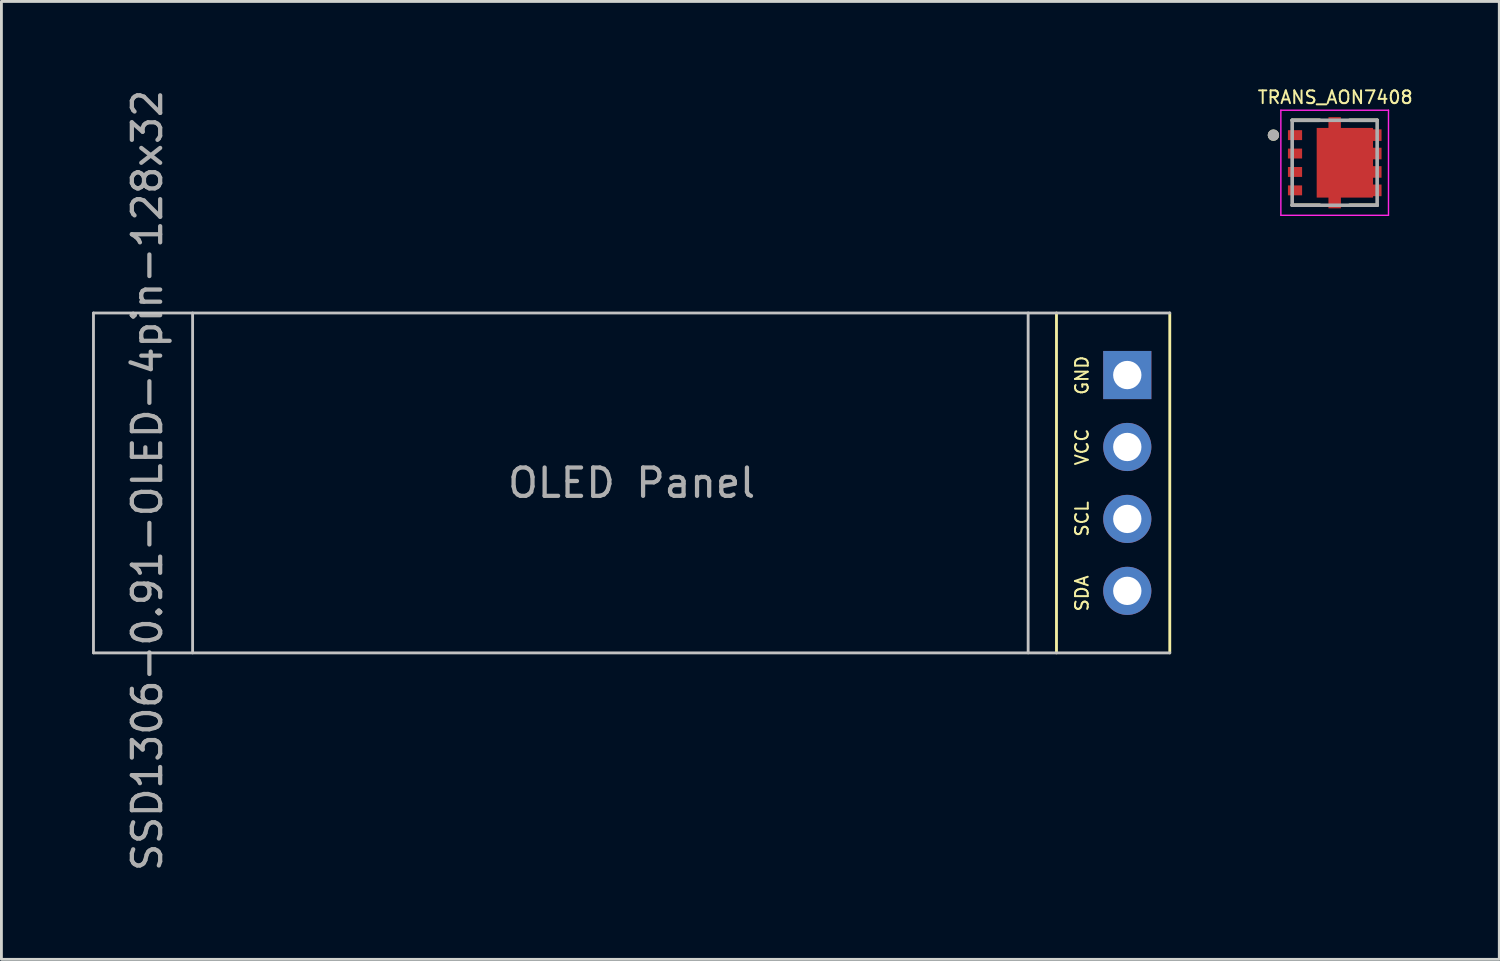
<source format=kicad_pcb>
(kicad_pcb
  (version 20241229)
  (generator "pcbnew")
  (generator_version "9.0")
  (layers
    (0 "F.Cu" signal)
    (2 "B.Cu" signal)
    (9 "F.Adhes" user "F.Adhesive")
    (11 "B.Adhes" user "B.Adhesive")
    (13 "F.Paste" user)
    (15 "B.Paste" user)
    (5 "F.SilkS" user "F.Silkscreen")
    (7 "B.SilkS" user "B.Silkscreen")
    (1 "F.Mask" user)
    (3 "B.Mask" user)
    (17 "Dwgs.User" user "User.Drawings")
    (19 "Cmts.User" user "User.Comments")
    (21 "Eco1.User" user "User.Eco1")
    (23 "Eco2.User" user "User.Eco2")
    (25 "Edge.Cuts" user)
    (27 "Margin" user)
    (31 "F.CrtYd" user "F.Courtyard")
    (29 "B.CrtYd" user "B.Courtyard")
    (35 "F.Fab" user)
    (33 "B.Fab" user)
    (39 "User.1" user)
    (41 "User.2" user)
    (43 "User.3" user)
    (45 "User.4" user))
  (footprint "TRANS_AON7408"
    (layer "F.Cu")
    (at 44.072 2.696)
    (property "Reference" "TRANS_AON7408" (at 0.02 -2.31 0) (layer "F.SilkS") (effects (font (size 0.45 0.45) (thickness 0.07))))
    (attr smd)
    (fp_poly (pts (xy -0.725 -1.325) (xy -0.325 -1.325) (xy -0.325 -1.7) (xy 0.3 -1.7) (xy 0.3 -1.325) (xy 1.45 -1.325) (xy 1.45 -1.275) (xy 1.75 -1.275) (xy 1.75 -0.675) (xy 1.45 -0.675) (xy 1.45 -0.625) (xy 1.75 -0.625) (xy 1.75 -0.025) (xy 1.45 -0.025) (xy 1.45 0.025) (xy 1.75 0.025) (xy 1.75 0.625) (xy 1.45 0.625) (xy 1.45 0.675) (xy 1.75 0.675) (xy 1.75 1.25) (xy 1.45 1.25) (xy 1.45 1.325) (xy 0.325 1.325) (xy 0.325 1.7) (xy -0.325 1.7) (xy -0.325 1.325) (xy -0.725 1.325)) (stroke (width 0.01) (type solid)) (fill yes) (layer "F.Mask"))
    (fp_line (start -0.535 -1.5) (end -1.5 -1.5) (stroke (width 0.127) (type solid)) (layer "F.SilkS"))
    (fp_line (start -0.535 1.5) (end -1.5 1.5) (stroke (width 0.127) (type solid)) (layer "F.SilkS"))
    (fp_line (start 0.535 -1.5) (end 1.5 -1.5) (stroke (width 0.127) (type solid)) (layer "F.SilkS"))
    (fp_line (start 0.535 1.5) (end 1.5 1.5) (stroke (width 0.127) (type solid)) (layer "F.SilkS"))
    (fp_circle (center -2.163 -0.975) (end -2.062 -0.975) (stroke (width 0.2) (type solid)) (fill no) (layer "F.SilkS"))
    (fp_poly (pts (xy -0.265 -0.775) (xy 0.985 -0.775) (xy 0.985 0.775) (xy -0.265 0.775)) (stroke (width 0.01) (type solid)) (fill yes) (layer "F.Paste"))
    (fp_poly (pts (xy -0.215 -1.605) (xy 0.215 -1.605) (xy 0.215 -1.23) (xy -0.215 -1.23)) (stroke (width 0.01) (type solid)) (fill yes) (layer "F.Paste"))
    (fp_poly (pts (xy 0.215 1.605) (xy -0.215 1.605) (xy -0.215 1.23) (xy 0.215 1.23)) (stroke (width 0.01) (type solid)) (fill yes) (layer "F.Paste"))
    (fp_poly (pts (xy 1.355 -1.175) (xy 1.65 -1.175) (xy 1.65 -0.775) (xy 1.355 -0.775)) (stroke (width 0.01) (type solid)) (fill yes) (layer "F.Paste"))
    (fp_poly (pts (xy 1.355 -0.525) (xy 1.65 -0.525) (xy 1.65 -0.125) (xy 1.355 -0.125)) (stroke (width 0.01) (type solid)) (fill yes) (layer "F.Paste"))
    (fp_poly (pts (xy 1.355 0.125) (xy 1.65 0.125) (xy 1.65 0.525) (xy 1.355 0.525)) (stroke (width 0.01) (type solid)) (fill yes) (layer "F.Paste"))
    (fp_poly (pts (xy 1.355 0.775) (xy 1.65 0.775) (xy 1.65 1.175) (xy 1.355 1.175)) (stroke (width 0.01) (type solid)) (fill yes) (layer "F.Paste"))
    (fp_line (start -1.9 -1.855) (end 1.9 -1.855) (stroke (width 0.05) (type solid)) (layer "F.CrtYd"))
    (fp_line (start -1.9 1.855) (end -1.9 -1.855) (stroke (width 0.05) (type solid)) (layer "F.CrtYd"))
    (fp_line (start 1.9 -1.855) (end 1.9 1.855) (stroke (width 0.05) (type solid)) (layer "F.CrtYd"))
    (fp_line (start 1.9 1.855) (end -1.9 1.855) (stroke (width 0.05) (type solid)) (layer "F.CrtYd"))
    (fp_line (start -1.5 -1.5) (end 1.5 -1.5) (stroke (width 0.127) (type solid)) (layer "F.Fab"))
    (fp_line (start -1.5 1.5) (end -1.5 -1.5) (stroke (width 0.127) (type solid)) (layer "F.Fab"))
    (fp_line (start 1.5 -1.5) (end 1.5 1.5) (stroke (width 0.127) (type solid)) (layer "F.Fab"))
    (fp_line (start 1.5 1.5) (end -1.5 1.5) (stroke (width 0.127) (type solid)) (layer "F.Fab"))
    (fp_circle (center -2.163 -0.975) (end -2.062 -0.975) (stroke (width 0.2) (type solid)) (fill no) (layer "F.Fab"))
    (pad "1" smd rect (at -1.4 -0.975) (size 0.5 0.35) (layers "F.Cu" "F.Mask" "F.Paste"))
    (pad "2" smd rect (at -1.4 -0.325) (size 0.5 0.35) (layers "F.Cu" "F.Mask" "F.Paste"))
    (pad "3" smd rect (at -1.4 0.325) (size 0.5 0.35) (layers "F.Cu" "F.Mask" "F.Paste"))
    (pad "4" smd rect (at -1.4 0.975) (size 0.5 0.35) (layers "F.Cu" "F.Mask" "F.Paste"))
    (pad "9" smd custom (at 0.36 0) (size 1 1) (layers "F.Cu") (options (anchor rect)) (primitives (gr_poly (pts (xy -0.99 -1.225) (xy -0.575 -1.225) (xy -0.575 -1.605) (xy -0.145 -1.605) (xy -0.145 -1.225) (xy 0.99 -1.225) (xy 0.99 -1.175) (xy 1.29 -1.175) (xy 1.29 -0.775) (xy 0.99 -0.775) (xy 0.99 -0.525) (xy 1.29 -0.525) (xy 1.29 -0.125) (xy 0.99 -0.125) (xy 0.99 0.125) (xy 1.29 0.125) (xy 1.29 0.525) (xy 0.99 0.525) (xy 0.99 0.775) (xy 1.29 0.775) (xy 1.29 1.175) (xy 0.99 1.175) (xy 0.99 1.225) (xy -0.145 1.225) (xy -0.145 1.605) (xy -0.575 1.605) (xy -0.575 1.225) (xy -0.99 1.225)) (width 0.01) (fill yes)))))
  (footprint "SSD1306-0.91-OLED-4pin-128x32"
    (layer "F.Cu")
    (at 0.25 8.001)
    (property "Reference" "SSD1306-0.91-OLED-4pin-128x32" (at 1.9 5.91 90) (layer "F.Fab") (effects (font (size 1 1) (thickness 0.15))))
    (attr through_hole)
    (fp_line (start 34 12) (end 34 0) (stroke (width 0.1) (type solid)) (layer "F.SilkS"))
    (fp_line (start 38 12) (end 38 0) (stroke (width 0.1) (type solid)) (layer "F.SilkS"))
    (fp_line (start 0 0) (end 0 12) (stroke (width 0.1) (type solid)) (layer "Dwgs.User"))
    (fp_line (start 0 12) (end 38 12) (stroke (width 0.1) (type solid)) (layer "Dwgs.User"))
    (fp_line (start 3.5 0) (end 3.5 12) (stroke (width 0.1) (type solid)) (layer "Dwgs.User"))
    (fp_line (start 33 0) (end 33 12) (stroke (width 0.1) (type solid)) (layer "Dwgs.User"))
    (fp_line (start 38 0) (end 0 0) (stroke (width 0.1) (type solid)) (layer "Dwgs.User"))
    (fp_text user "VCC" (at 34.9 4.73 270) (layer "F.SilkS") (effects (font (size 0.45 0.45) (thickness 0.07))))
    (fp_text user "GND" (at 34.9 2.2 270) (layer "F.SilkS") (effects (font (size 0.45 0.45) (thickness 0.07))))
    (fp_text user "SCL" (at 34.9 7.27 270) (layer "F.SilkS") (effects (font (size 0.45 0.45) (thickness 0.07))))
    (fp_text user "SDA" (at 34.9 9.9 270) (layer "F.SilkS") (effects (font (size 0.45 0.45) (thickness 0.07))))
    (fp_text user "OLED Panel" (at 19 6 0) (layer "F.Fab") (effects (font (size 1 1) (thickness 0.15))))
    (pad "1" thru_hole rect (at 36.5 2.19) (size 1.7 1.7) (drill 1) (layers "*.Cu" "*.Mask"))
    (pad "2" thru_hole oval (at 36.5 4.73) (size 1.7 1.7) (drill 1) (layers "*.Cu" "*.Mask"))
    (pad "3" thru_hole oval (at 36.5 7.27) (size 1.7 1.7) (drill 1) (layers "*.Cu" "*.Mask"))
    (pad "4" thru_hole oval (at 36.5 9.81) (size 1.7 1.7) (drill 1) (layers "*.Cu" "*.Mask")))
  (gr_rect
    (start -3 -3)
    (end 49.884 30.821)
    (stroke (width 0.1) (type default))
    (fill no)
    (layer "Edge.Cuts")))
</source>
